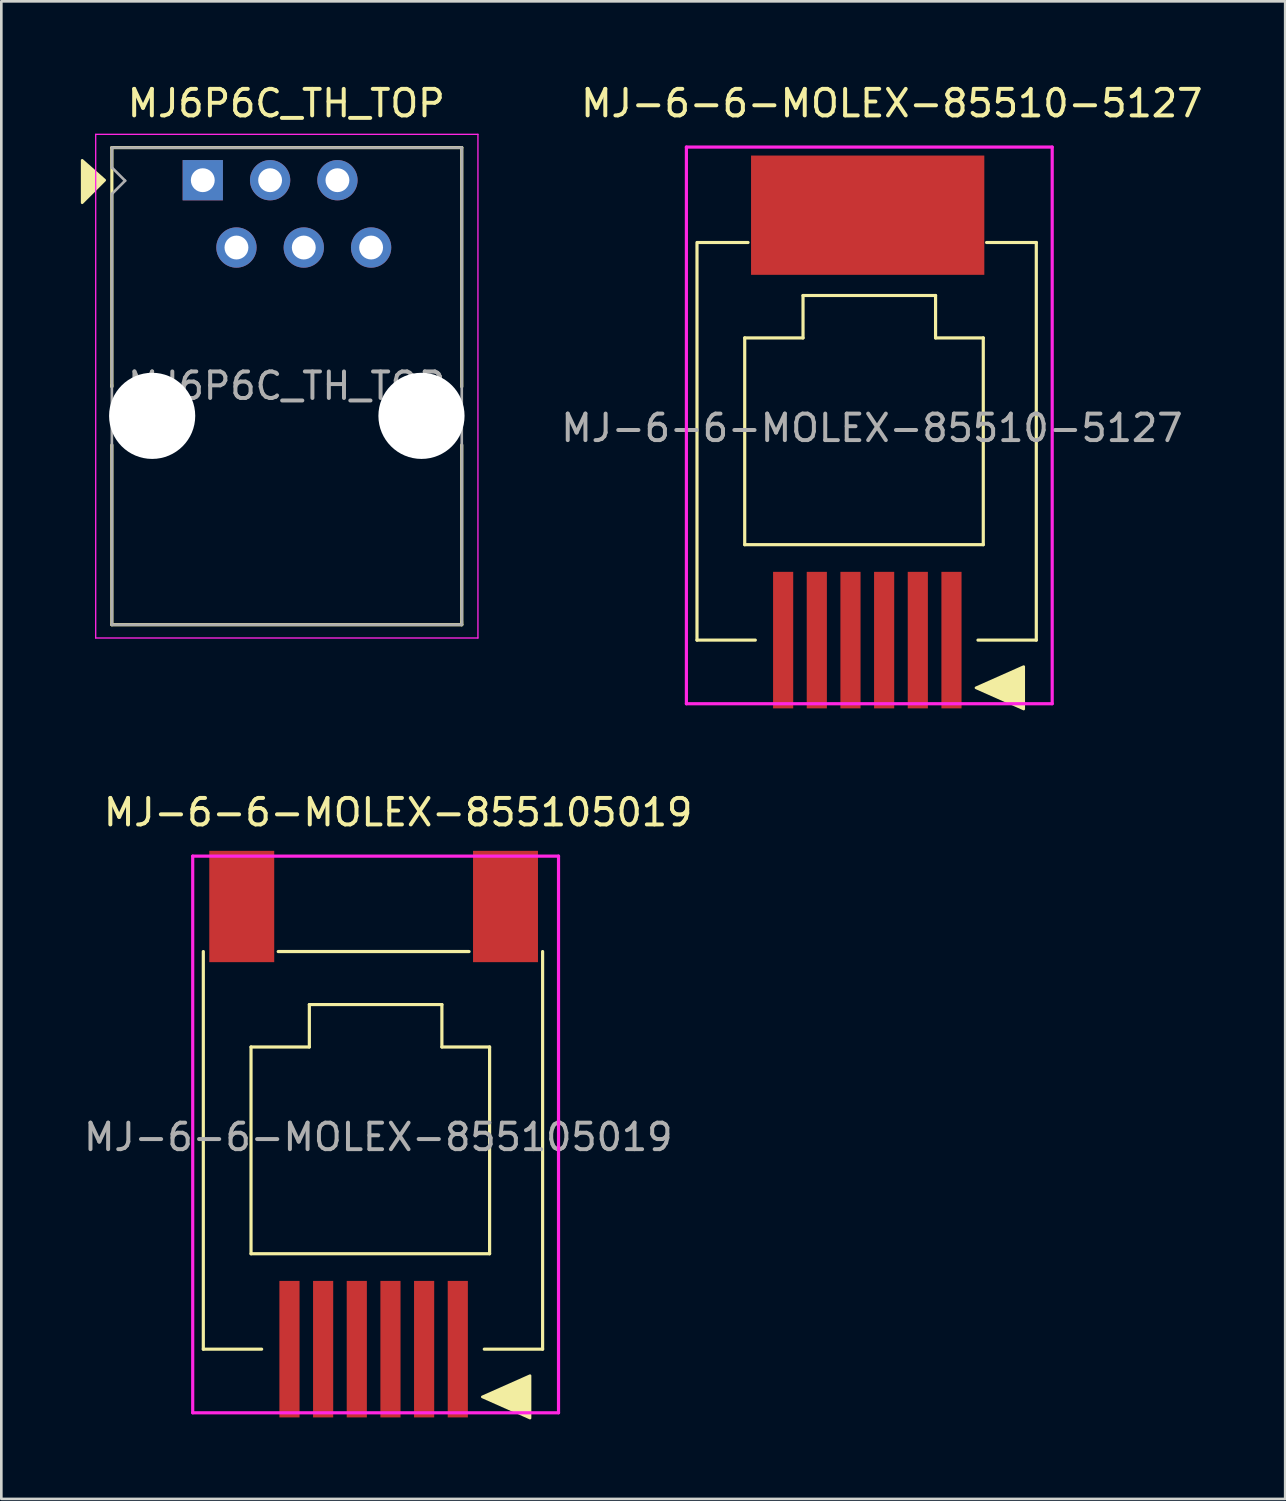
<source format=kicad_pcb>
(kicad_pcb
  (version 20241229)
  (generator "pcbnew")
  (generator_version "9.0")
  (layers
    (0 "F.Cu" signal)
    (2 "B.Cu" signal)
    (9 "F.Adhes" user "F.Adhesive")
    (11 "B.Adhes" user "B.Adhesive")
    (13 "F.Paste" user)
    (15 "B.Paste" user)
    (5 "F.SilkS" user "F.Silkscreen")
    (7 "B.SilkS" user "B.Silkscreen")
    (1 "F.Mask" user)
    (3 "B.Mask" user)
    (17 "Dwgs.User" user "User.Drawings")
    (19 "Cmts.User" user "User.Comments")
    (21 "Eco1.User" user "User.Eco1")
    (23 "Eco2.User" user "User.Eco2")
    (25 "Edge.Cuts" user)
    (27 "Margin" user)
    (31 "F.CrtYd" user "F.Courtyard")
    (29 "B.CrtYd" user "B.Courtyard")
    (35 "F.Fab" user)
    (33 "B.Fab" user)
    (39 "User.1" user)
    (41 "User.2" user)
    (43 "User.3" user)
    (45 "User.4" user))
  (footprint "MJ6P6C_TH_TOP"
    (layer "F.Cu")
    (at 4.6 3.748)
    (property "Reference" "MJ6P6C_TH_TOP" (at 3.15 -2.9 0) (layer "F.SilkS") (effects (font (size 1 1) (thickness 0.15))))
    (attr through_hole)
    (fp_line (start -3.43 -1.23) (end 9.77 -1.23) (stroke (width 0.12) (type solid)) (layer "F.SilkS"))
    (fp_line (start -3.43 7.72) (end -3.43 7.79) (stroke (width 0.1) (type solid)) (layer "F.SilkS"))
    (fp_line (start -3.43 7.79) (end -3.43 -1.23) (stroke (width 0.12) (type solid)) (layer "F.SilkS"))
    (fp_line (start -3.43 16.77) (end -3.43 9.99) (stroke (width 0.12) (type solid)) (layer "F.SilkS"))
    (fp_line (start 9.77 -1.23) (end 9.77 7.79) (stroke (width 0.12) (type solid)) (layer "F.SilkS"))
    (fp_line (start 9.77 16.65) (end 9.77 16.77) (stroke (width 0.1) (type solid)) (layer "F.SilkS"))
    (fp_line (start 9.77 16.76) (end 9.77 16.77) (stroke (width 0.1) (type solid)) (layer "F.SilkS"))
    (fp_line (start 9.77 16.77) (end -3.43 16.77) (stroke (width 0.12) (type solid)) (layer "F.SilkS"))
    (fp_line (start 9.77 16.77) (end 9.77 9.99) (stroke (width 0.12) (type solid)) (layer "F.SilkS"))
    (fp_poly (pts (xy -3.7 0) (xy -4.55 0.85) (xy -4.55 -0.75)) (stroke (width 0.1) (type solid)) (fill yes) (layer "F.SilkS"))
    (fp_line (start -4.04 -1.73) (end 10.38 -1.73) (stroke (width 0.05) (type solid)) (layer "F.CrtYd"))
    (fp_line (start -4.04 17.27) (end -4.04 -1.73) (stroke (width 0.05) (type solid)) (layer "F.CrtYd"))
    (fp_line (start 10.38 -1.73) (end 10.38 17.27) (stroke (width 0.05) (type solid)) (layer "F.CrtYd"))
    (fp_line (start 10.38 17.27) (end -4.04 17.27) (stroke (width 0.05) (type solid)) (layer "F.CrtYd"))
    (fp_line (start -3.43 -1.23) (end 9.77 -1.23) (stroke (width 0.1) (type solid)) (layer "F.Fab"))
    (fp_line (start -3.43 -0.48) (end -3.43 -1.23) (stroke (width 0.1) (type solid)) (layer "F.Fab"))
    (fp_line (start -3.43 0.52) (end -2.93 0.02) (stroke (width 0.1) (type solid)) (layer "F.Fab"))
    (fp_line (start -3.43 16.77) (end -3.43 0.52) (stroke (width 0.1) (type solid)) (layer "F.Fab"))
    (fp_line (start -2.93 0.02) (end -3.43 -0.48) (stroke (width 0.1) (type solid)) (layer "F.Fab"))
    (fp_line (start 9.77 -1.23) (end 9.77 16.77) (stroke (width 0.1) (type solid)) (layer "F.Fab"))
    (fp_line (start 9.77 16.77) (end -3.43 16.77) (stroke (width 0.1) (type solid)) (layer "F.Fab"))
    (fp_text user "${REFERENCE}" (at 3.16 7.76 0) (layer "F.Fab") (effects (font (size 1 1) (thickness 0.15))))
    (pad "" np_thru_hole circle (at -1.91 8.89) (size 3.25 3.25) (drill 3.25) (layers "*.Cu" "*.Mask"))
    (pad "" np_thru_hole circle (at 8.25 8.89) (size 3.25 3.25) (drill 3.25) (layers "*.Cu" "*.Mask"))
    (pad "1" thru_hole rect (at 0 0) (size 1.52 1.52) (drill 0.9) (layers "*.Cu" "*.Mask"))
    (pad "2" thru_hole circle (at 1.27 2.54) (size 1.52 1.52) (drill 0.9) (layers "*.Cu" "*.Mask"))
    (pad "3" thru_hole circle (at 2.54 0) (size 1.52 1.52) (drill 0.9) (layers "*.Cu" "*.Mask"))
    (pad "4" thru_hole circle (at 3.81 2.54) (size 1.52 1.52) (drill 0.9) (layers "*.Cu" "*.Mask"))
    (pad "5" thru_hole circle (at 5.08 0) (size 1.52 1.52) (drill 0.9) (layers "*.Cu" "*.Mask"))
    (pad "6" thru_hole circle (at 6.35 2.54) (size 1.52 1.52) (drill 0.9) (layers "*.Cu" "*.Mask")))
  (footprint "MJ-6-6-MOLEX-85510-5127"
    (layer "F.Cu")
    (at 29.669 12.798)
    (property "Reference" "MJ-6-6-MOLEX-85510-5127" (at 0.925 -11.95 0) (layer "F.SilkS") (effects (font (size 1 1) (thickness 0.15))))
    (attr smd)
    (fp_line (start -6.425 -6.7) (end -6.425 8.3) (stroke (width 0.12) (type solid)) (layer "F.SilkS"))
    (fp_line (start -6.425 8.3) (end -4.225 8.3) (stroke (width 0.12) (type solid)) (layer "F.SilkS"))
    (fp_line (start -6.4 -6.7) (end -4.5 -6.7) (stroke (width 0.12) (type solid)) (layer "F.SilkS"))
    (fp_line (start -4.625 4.7) (end -4.625 -3.1) (stroke (width 0.12) (type solid)) (layer "F.SilkS"))
    (fp_line (start -2.425 -4.7) (end -2.425 -3.1) (stroke (width 0.12) (type solid)) (layer "F.SilkS"))
    (fp_line (start -2.425 -4.7) (end 2.575 -4.7) (stroke (width 0.12) (type solid)) (layer "F.SilkS"))
    (fp_line (start -2.425 -3.1) (end -4.625 -3.1) (stroke (width 0.12) (type solid)) (layer "F.SilkS"))
    (fp_line (start 2.575 -4.7) (end 2.575 -3.1) (stroke (width 0.12) (type solid)) (layer "F.SilkS"))
    (fp_line (start 2.575 -3.1) (end 4.375 -3.1) (stroke (width 0.12) (type solid)) (layer "F.SilkS"))
    (fp_line (start 4.175 8.3) (end 6.375 8.3) (stroke (width 0.12) (type solid)) (layer "F.SilkS"))
    (fp_line (start 4.375 -3.1) (end 4.375 4.7) (stroke (width 0.12) (type solid)) (layer "F.SilkS"))
    (fp_line (start 4.375 4.7) (end -4.625 4.7) (stroke (width 0.12) (type solid)) (layer "F.SilkS"))
    (fp_line (start 6.375 -6.7) (end 4.5 -6.7) (stroke (width 0.12) (type solid)) (layer "F.SilkS"))
    (fp_line (start 6.375 8.3) (end 6.375 -6.7) (stroke (width 0.12) (type solid)) (layer "F.SilkS"))
    (fp_poly (pts (xy 5.9 10.9) (xy 4.1 10.1) (xy 5.9 9.3)) (stroke (width 0.1) (type solid)) (fill yes) (layer "F.SilkS"))
    (fp_line (start -6.825 -10.3) (end -6.825 10.7) (stroke (width 0.12) (type solid)) (layer "F.CrtYd"))
    (fp_line (start -6.825 -10.3) (end 6.975 -10.3) (stroke (width 0.12) (type solid)) (layer "F.CrtYd"))
    (fp_line (start -6.825 10.7) (end 6.975 10.7) (stroke (width 0.12) (type solid)) (layer "F.CrtYd"))
    (fp_line (start 6.975 -10.3) (end 6.975 10.7) (stroke (width 0.12) (type solid)) (layer "F.CrtYd"))
    (fp_text user "${REFERENCE}" (at 0.175 0.3 0) (layer "F.Fab") (effects (font (size 1 1) (thickness 0.15))))
    (pad "" smd rect (at 0.014 -7.73) (size 8.8 4.5) (layers "F.Cu" "F.Mask" "F.Paste"))
    (pad "1" smd rect (at 3.175 8.3) (size 0.76 5.15) (layers "F.Cu" "F.Mask" "F.Paste"))
    (pad "2" smd rect (at 1.905 8.3) (size 0.76 5.15) (layers "F.Cu" "F.Mask" "F.Paste"))
    (pad "3" smd rect (at 0.635 8.3) (size 0.76 5.15) (layers "F.Cu" "F.Mask" "F.Paste"))
    (pad "4" smd rect (at -0.635 8.3) (size 0.76 5.15) (layers "F.Cu" "F.Mask" "F.Paste"))
    (pad "5" smd rect (at -1.905 8.3) (size 0.76 5.15) (layers "F.Cu" "F.Mask" "F.Paste"))
    (pad "6" smd rect (at -3.175 8.3) (size 0.76 5.15) (layers "F.Cu" "F.Mask" "F.Paste")))
  (footprint "MJ-6-6-MOLEX-855105019"
    (layer "F.Cu")
    (at 11.045 39.547)
    (property "Reference" "MJ-6-6-MOLEX-855105019" (at 0.925 -11.95 0) (layer "F.SilkS") (effects (font (size 1 1) (thickness 0.15))))
    (attr smd)
    (fp_line (start -6.425 -6.7) (end -6.425 8.3) (stroke (width 0.12) (type solid)) (layer "F.SilkS"))
    (fp_line (start -6.425 8.3) (end -4.225 8.3) (stroke (width 0.12) (type solid)) (layer "F.SilkS"))
    (fp_line (start -4.625 4.7) (end -4.625 -3.1) (stroke (width 0.12) (type solid)) (layer "F.SilkS"))
    (fp_line (start -3.6 -6.7) (end 3.6 -6.7) (stroke (width 0.12) (type solid)) (layer "F.SilkS"))
    (fp_line (start -2.425 -4.7) (end -2.425 -3.1) (stroke (width 0.12) (type solid)) (layer "F.SilkS"))
    (fp_line (start -2.425 -4.7) (end 2.575 -4.7) (stroke (width 0.12) (type solid)) (layer "F.SilkS"))
    (fp_line (start -2.425 -3.1) (end -4.625 -3.1) (stroke (width 0.12) (type solid)) (layer "F.SilkS"))
    (fp_line (start 2.575 -4.7) (end 2.575 -3.1) (stroke (width 0.12) (type solid)) (layer "F.SilkS"))
    (fp_line (start 2.575 -3.1) (end 4.375 -3.1) (stroke (width 0.12) (type solid)) (layer "F.SilkS"))
    (fp_line (start 4.175 8.3) (end 6.375 8.3) (stroke (width 0.12) (type solid)) (layer "F.SilkS"))
    (fp_line (start 4.375 -3.1) (end 4.375 4.7) (stroke (width 0.12) (type solid)) (layer "F.SilkS"))
    (fp_line (start 4.375 4.7) (end -4.625 4.7) (stroke (width 0.12) (type solid)) (layer "F.SilkS"))
    (fp_line (start 6.375 8.3) (end 6.375 -6.7) (stroke (width 0.12) (type solid)) (layer "F.SilkS"))
    (fp_poly (pts (xy 5.9 10.9) (xy 4.1 10.1) (xy 5.9 9.3)) (stroke (width 0.1) (type solid)) (fill yes) (layer "F.SilkS"))
    (fp_line (start -6.825 -10.3) (end -6.825 10.7) (stroke (width 0.12) (type solid)) (layer "F.CrtYd"))
    (fp_line (start -6.825 -10.3) (end 6.975 -10.3) (stroke (width 0.12) (type solid)) (layer "F.CrtYd"))
    (fp_line (start -6.825 10.7) (end 6.975 10.7) (stroke (width 0.12) (type solid)) (layer "F.CrtYd"))
    (fp_line (start 6.975 -10.3) (end 6.975 10.7) (stroke (width 0.12) (type solid)) (layer "F.CrtYd"))
    (fp_text user "${REFERENCE}" (at 0.175 0.3 0) (layer "F.Fab") (effects (font (size 1 1) (thickness 0.15))))
    (pad "" smd rect (at -4.975 -8.4) (size 2.45 4.2) (layers "F.Cu" "F.Mask" "F.Paste"))
    (pad "" smd rect (at 4.975 -8.4) (size 2.45 4.2) (layers "F.Cu" "F.Mask" "F.Paste"))
    (pad "1" smd rect (at 3.175 8.3) (size 0.76 5.15) (layers "F.Cu" "F.Mask" "F.Paste"))
    (pad "2" smd rect (at 1.905 8.3) (size 0.76 5.15) (layers "F.Cu" "F.Mask" "F.Paste"))
    (pad "3" smd rect (at 0.635 8.3) (size 0.76 5.15) (layers "F.Cu" "F.Mask" "F.Paste"))
    (pad "4" smd rect (at -0.635 8.3) (size 0.76 5.15) (layers "F.Cu" "F.Mask" "F.Paste"))
    (pad "5" smd rect (at -1.905 8.3) (size 0.76 5.15) (layers "F.Cu" "F.Mask" "F.Paste"))
    (pad "6" smd rect (at -3.175 8.3) (size 0.76 5.15) (layers "F.Cu" "F.Mask" "F.Paste")))
  (gr_rect
    (start -3 -3)
    (end 45.434 53.496)
    (stroke (width 0.1) (type default))
    (fill no)
    (layer "Edge.Cuts")))
</source>
